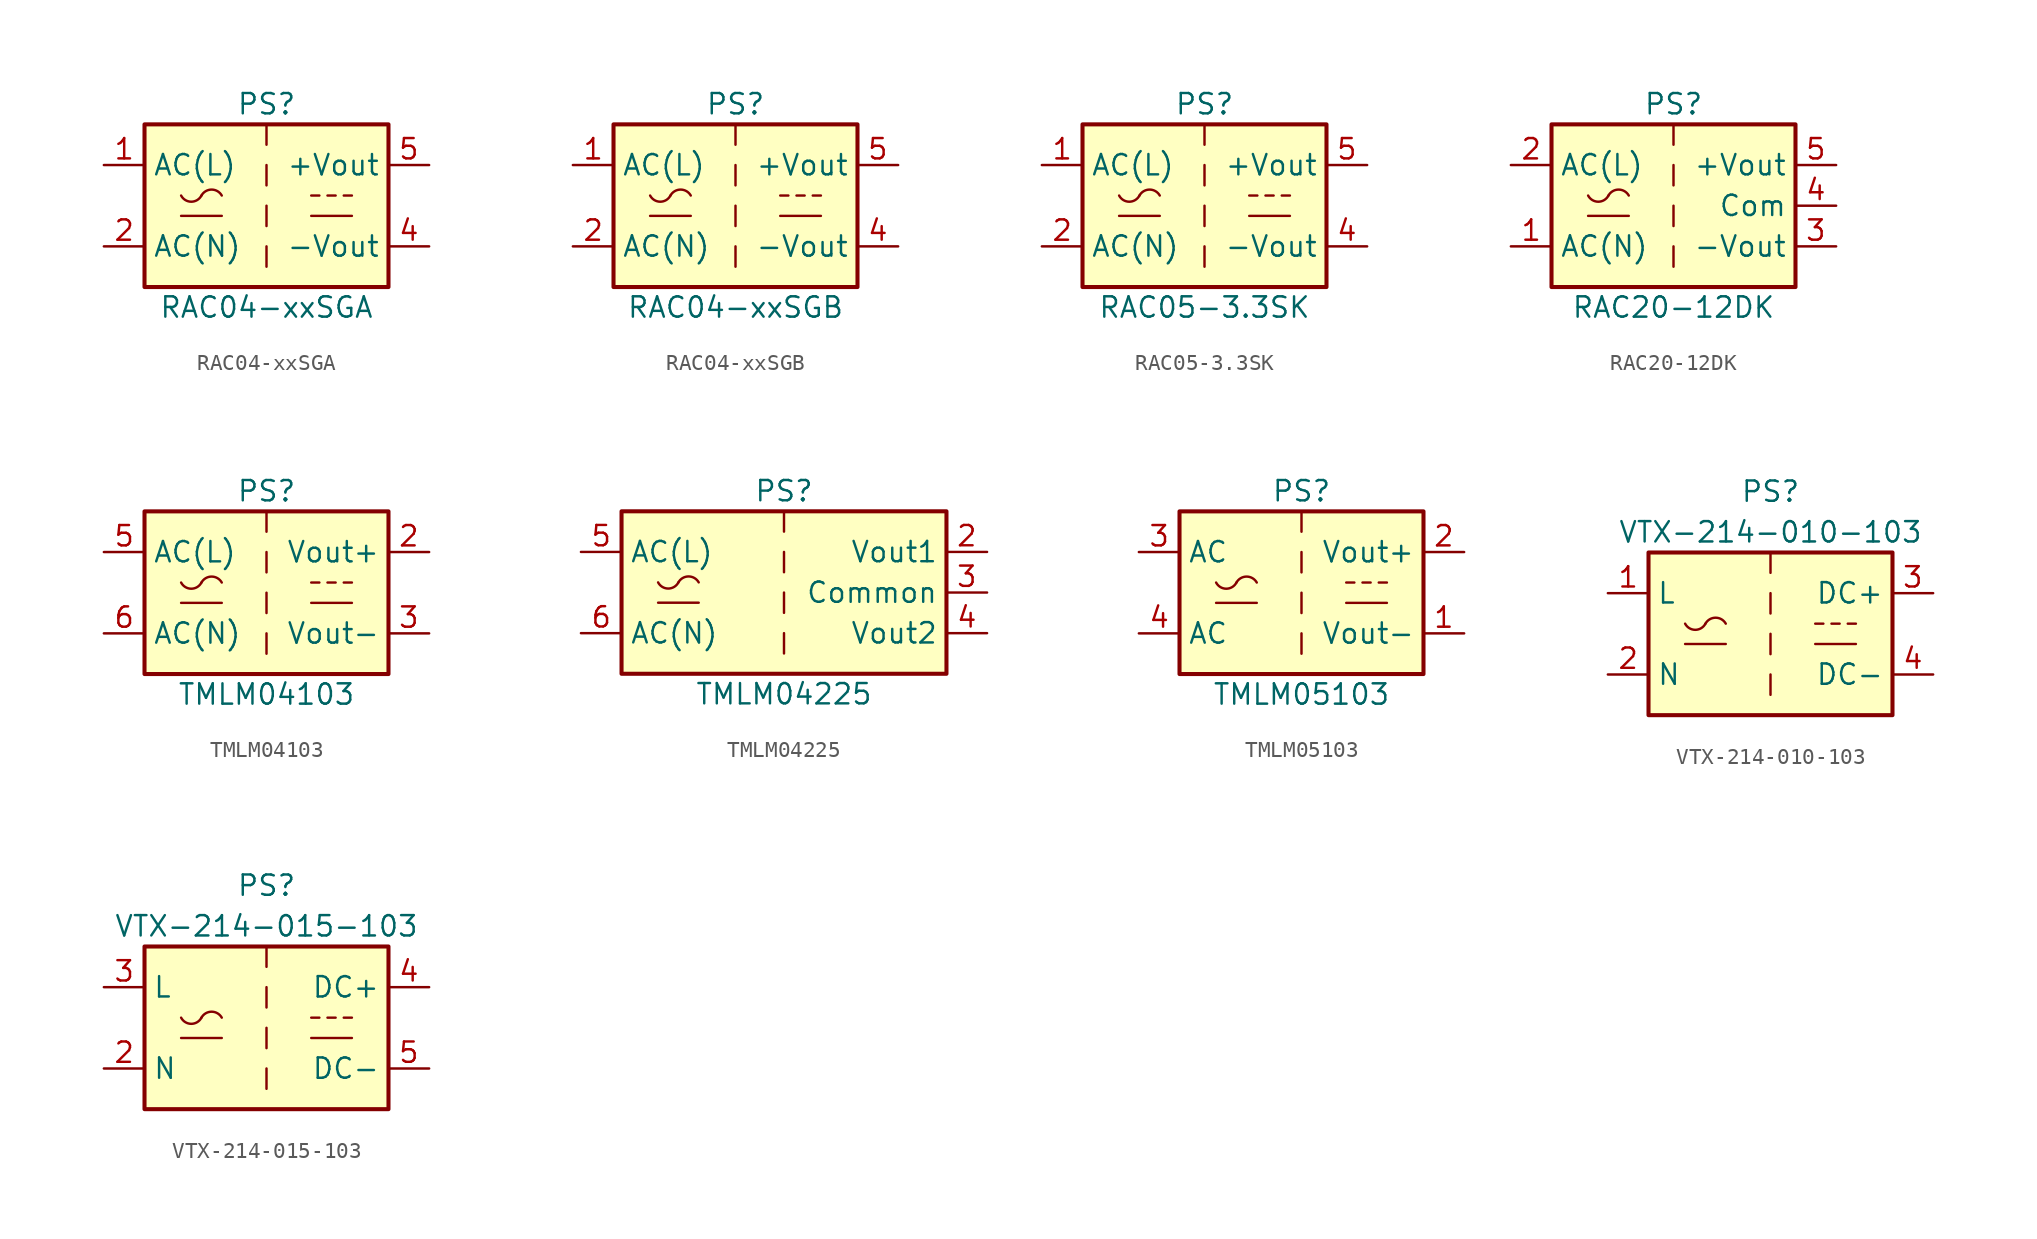
<source format=kicad_sym>
(kicad_symbol_lib
  (version 20201005)
  (generator kicad_symbol_editor)
  (symbol "Converter_ACDC:RAC04-xxSGA"
    (property "Reference" "PS"
      (at 0 6.35 0)
      (effects (font (size 1.27 1.27))))
    (property "Value" "RAC04-xxSGA"
      (at 0 -6.35 0)
      (effects (font (size 1.27 1.27))))
    (symbol "RAC04-xxSGA_1_1"
      (arc (start -5.334 0.635) (end -4.064 0.635) (radius (at -4.699 0.9652) (length 0.7112) (angles -152.5 -27.5)) (stroke (width 0)) (fill (type none)))
      (arc (start -2.794 0.635) (end -4.064 0.635) (radius (at -3.429 0.2794) (length 0.7366) (angles 29.2 150.8)) (stroke (width 0)) (fill (type none)))
      (rectangle (start -7.62 5.08) (end 7.62 -5.08) (stroke (width 0.254)) (fill (type background)))
      (polyline (pts (xy -5.334 -0.635) (xy -2.794 -0.635)) (stroke (width 0)) (fill (type none)))
      (polyline (pts (xy 0 -2.54) (xy 0 -3.81)) (stroke (width 0)) (fill (type none)))
      (polyline (pts (xy 0 0) (xy 0 -1.27)) (stroke (width 0)) (fill (type none)))
      (polyline (pts (xy 0 2.54) (xy 0 1.27)) (stroke (width 0)) (fill (type none)))
      (polyline (pts (xy 0 5.08) (xy 0 3.81)) (stroke (width 0)) (fill (type none)))
      (polyline (pts (xy 2.794 -0.635) (xy 5.334 -0.635)) (stroke (width 0)) (fill (type none)))
      (polyline (pts (xy 2.794 0.635) (xy 3.302 0.635)) (stroke (width 0)) (fill (type none)))
      (polyline (pts (xy 3.81 0.635) (xy 4.318 0.635)) (stroke (width 0)) (fill (type none)))
      (polyline (pts (xy 4.826 0.635) (xy 5.334 0.635)) (stroke (width 0)) (fill (type none)))
      (pin power_in line (at -10.16 2.54 0) (length 2.54) (name "AC(L)" (effects (font (size 1.27 1.27)))) (number "1" (effects (font (size 1.27 1.27)))))
      (pin power_in line (at -10.16 -2.54 0) (length 2.54) (name "AC(N)" (effects (font (size 1.27 1.27)))) (number "2" (effects (font (size 1.27 1.27)))))
      (pin no_connect line (at 7.62 0 180) (length 2.54) hide (name "NC" (effects (font (size 1.27 1.27)))) (number "3" (effects (font (size 1.27 1.27)))))
      (pin power_out line (at 10.16 -2.54 180) (length 2.54) (name "-Vout" (effects (font (size 1.27 1.27)))) (number "4" (effects (font (size 1.27 1.27)))))
      (pin power_out line (at 10.16 2.54 180) (length 2.54) (name "+Vout" (effects (font (size 1.27 1.27)))) (number "5" (effects (font (size 1.27 1.27)))))))
  (symbol "Converter_ACDC:RAC04-xxSGB"
    (property "Reference" "PS"
      (at 0 6.35 0)
      (effects (font (size 1.27 1.27))))
    (property "Value" "RAC04-xxSGB"
      (at 0 -6.35 0)
      (effects (font (size 1.27 1.27))))
    (symbol "RAC04-xxSGB_1_1"
      (arc (start -5.334 0.635) (end -4.064 0.635) (radius (at -4.699 0.9652) (length 0.7112) (angles -152.5 -27.5)) (stroke (width 0)) (fill (type none)))
      (arc (start -2.794 0.635) (end -4.064 0.635) (radius (at -3.429 0.2794) (length 0.7366) (angles 29.2 150.8)) (stroke (width 0)) (fill (type none)))
      (rectangle (start -7.62 5.08) (end 7.62 -5.08) (stroke (width 0.254)) (fill (type background)))
      (polyline (pts (xy -5.334 -0.635) (xy -2.794 -0.635)) (stroke (width 0)) (fill (type none)))
      (polyline (pts (xy 0 -2.54) (xy 0 -3.81)) (stroke (width 0)) (fill (type none)))
      (polyline (pts (xy 0 0) (xy 0 -1.27)) (stroke (width 0)) (fill (type none)))
      (polyline (pts (xy 0 2.54) (xy 0 1.27)) (stroke (width 0)) (fill (type none)))
      (polyline (pts (xy 0 5.08) (xy 0 3.81)) (stroke (width 0)) (fill (type none)))
      (polyline (pts (xy 2.794 -0.635) (xy 5.334 -0.635)) (stroke (width 0)) (fill (type none)))
      (polyline (pts (xy 2.794 0.635) (xy 3.302 0.635)) (stroke (width 0)) (fill (type none)))
      (polyline (pts (xy 3.81 0.635) (xy 4.318 0.635)) (stroke (width 0)) (fill (type none)))
      (polyline (pts (xy 4.826 0.635) (xy 5.334 0.635)) (stroke (width 0)) (fill (type none)))
      (pin power_in line (at -10.16 2.54 0) (length 2.54) (name "AC(L)" (effects (font (size 1.27 1.27)))) (number "1" (effects (font (size 1.27 1.27)))))
      (pin power_in line (at -10.16 -2.54 0) (length 2.54) (name "AC(N)" (effects (font (size 1.27 1.27)))) (number "2" (effects (font (size 1.27 1.27)))))
      (pin no_connect line (at 7.62 0 180) (length 2.54) hide (name "NC" (effects (font (size 1.27 1.27)))) (number "3" (effects (font (size 1.27 1.27)))))
      (pin power_out line (at 10.16 -2.54 180) (length 2.54) (name "-Vout" (effects (font (size 1.27 1.27)))) (number "4" (effects (font (size 1.27 1.27)))))
      (pin power_out line (at 10.16 2.54 180) (length 2.54) (name "+Vout" (effects (font (size 1.27 1.27)))) (number "5" (effects (font (size 1.27 1.27)))))))
  (symbol "Converter_ACDC:RAC05-3.3SK"
    (property "Reference" "PS"
      (at 0 6.35 0)
      (effects (font (size 1.27 1.27))))
    (property "Value" "RAC05-3.3SK"
      (at 0 -6.35 0)
      (effects (font (size 1.27 1.27))))
    (symbol "RAC05-3.3SK_1_1"
      (arc (start -5.334 0.635) (end -4.064 0.635) (radius (at -4.699 0.9652) (length 0.7112) (angles -152.5 -27.5)) (stroke (width 0)) (fill (type none)))
      (arc (start -2.794 0.635) (end -4.064 0.635) (radius (at -3.429 0.2794) (length 0.7366) (angles 29.2 150.8)) (stroke (width 0)) (fill (type none)))
      (rectangle (start -7.62 5.08) (end 7.62 -5.08) (stroke (width 0.254)) (fill (type background)))
      (polyline (pts (xy -5.334 -0.635) (xy -2.794 -0.635)) (stroke (width 0)) (fill (type none)))
      (polyline (pts (xy 0 -2.54) (xy 0 -3.81)) (stroke (width 0)) (fill (type none)))
      (polyline (pts (xy 0 0) (xy 0 -1.27)) (stroke (width 0)) (fill (type none)))
      (polyline (pts (xy 0 2.54) (xy 0 1.27)) (stroke (width 0)) (fill (type none)))
      (polyline (pts (xy 0 5.08) (xy 0 3.81)) (stroke (width 0)) (fill (type none)))
      (polyline (pts (xy 2.794 -0.635) (xy 5.334 -0.635)) (stroke (width 0)) (fill (type none)))
      (polyline (pts (xy 2.794 0.635) (xy 3.302 0.635)) (stroke (width 0)) (fill (type none)))
      (polyline (pts (xy 3.81 0.635) (xy 4.318 0.635)) (stroke (width 0)) (fill (type none)))
      (polyline (pts (xy 4.826 0.635) (xy 5.334 0.635)) (stroke (width 0)) (fill (type none)))
      (pin power_in line (at -10.16 2.54 0) (length 2.54) (name "AC(L)" (effects (font (size 1.27 1.27)))) (number "1" (effects (font (size 1.27 1.27)))))
      (pin power_in line (at -10.16 -2.54 0) (length 2.54) (name "AC(N)" (effects (font (size 1.27 1.27)))) (number "2" (effects (font (size 1.27 1.27)))))
      (pin no_connect line (at 7.62 0 180) (length 2.54) hide (name "NC" (effects (font (size 1.27 1.27)))) (number "3" (effects (font (size 1.27 1.27)))))
      (pin power_out line (at 10.16 -2.54 180) (length 2.54) (name "-Vout" (effects (font (size 1.27 1.27)))) (number "4" (effects (font (size 1.27 1.27)))))
      (pin power_out line (at 10.16 2.54 180) (length 2.54) (name "+Vout" (effects (font (size 1.27 1.27)))) (number "5" (effects (font (size 1.27 1.27)))))))
  (symbol "Converter_ACDC:RAC20-12DK"
    (property "Reference" "PS"
      (at 0 6.35 0)
      (effects (font (size 1.27 1.27))))
    (property "Value" "RAC20-12DK"
      (at 0 -6.35 0)
      (effects (font (size 1.27 1.27))))
    (symbol "RAC20-12DK_0_1"
      (arc (start -5.334 0.635) (end -4.064 0.635) (radius (at -4.699 0.9652) (length 0.7112) (angles -152.5 -27.5)) (stroke (width 0)) (fill (type none)))
      (arc (start -2.794 0.635) (end -4.064 0.635) (radius (at -3.429 0.2794) (length 0.7366) (angles 29.2 150.8)) (stroke (width 0)) (fill (type none)))
      (rectangle (start -7.62 5.08) (end 7.62 -5.08) (stroke (width 0.254)) (fill (type background)))
      (polyline (pts (xy -5.334 -0.635) (xy -2.794 -0.635)) (stroke (width 0)) (fill (type none)))
      (polyline (pts (xy 0 -2.54) (xy 0 -3.81)) (stroke (width 0)) (fill (type none)))
      (polyline (pts (xy 0 0) (xy 0 -1.27)) (stroke (width 0)) (fill (type none)))
      (polyline (pts (xy 0 2.54) (xy 0 1.27)) (stroke (width 0)) (fill (type none)))
      (polyline (pts (xy 0 5.08) (xy 0 3.81)) (stroke (width 0)) (fill (type none))))
    (symbol "RAC20-12DK_1_1"
      (pin power_in line (at -10.16 -2.54 0) (length 2.54) (name "AC(N)" (effects (font (size 1.27 1.27)))) (number "1" (effects (font (size 1.27 1.27)))))
      (pin power_in line (at -10.16 2.54 0) (length 2.54) (name "AC(L)" (effects (font (size 1.27 1.27)))) (number "2" (effects (font (size 1.27 1.27)))))
      (pin power_out line (at 10.16 -2.54 180) (length 2.54) (name "-Vout" (effects (font (size 1.27 1.27)))) (number "3" (effects (font (size 1.27 1.27)))))
      (pin power_out line (at 10.16 0 180) (length 2.54) (name "Com" (effects (font (size 1.27 1.27)))) (number "4" (effects (font (size 1.27 1.27)))))
      (pin power_out line (at 10.16 2.54 180) (length 2.54) (name "+Vout" (effects (font (size 1.27 1.27)))) (number "5" (effects (font (size 1.27 1.27)))))))
  (symbol "Converter_ACDC:TMLM04103"
    (property "Reference" "PS"
      (at 0 6.35 0)
      (effects (font (size 1.27 1.27))))
    (property "Value" "TMLM04103"
      (at 0 -6.35 0)
      (effects (font (size 1.27 1.27))))
    (symbol "TMLM04103_0_1"
      (arc (start -5.334 0.635) (end -4.064 0.635) (radius (at -4.699 0.9652) (length 0.7112) (angles -152.5 -27.5)) (stroke (width 0)) (fill (type none)))
      (arc (start -2.794 0.635) (end -4.064 0.635) (radius (at -3.429 0.2794) (length 0.7366) (angles 29.2 150.8)) (stroke (width 0)) (fill (type none)))
      (rectangle (start -7.62 5.08) (end 7.62 -5.08) (stroke (width 0.254)) (fill (type background)))
      (polyline (pts (xy -5.334 -0.635) (xy -2.794 -0.635)) (stroke (width 0)) (fill (type none)))
      (polyline (pts (xy 0 -2.54) (xy 0 -3.81)) (stroke (width 0)) (fill (type none)))
      (polyline (pts (xy 0 0) (xy 0 -1.27)) (stroke (width 0)) (fill (type none)))
      (polyline (pts (xy 0 2.54) (xy 0 1.27)) (stroke (width 0)) (fill (type none)))
      (polyline (pts (xy 0 5.08) (xy 0 3.81)) (stroke (width 0)) (fill (type none)))
      (polyline (pts (xy 2.794 -0.635) (xy 5.334 -0.635)) (stroke (width 0)) (fill (type none)))
      (polyline (pts (xy 2.794 0.635) (xy 3.302 0.635)) (stroke (width 0)) (fill (type none)))
      (polyline (pts (xy 3.81 0.635) (xy 4.318 0.635)) (stroke (width 0)) (fill (type none)))
      (polyline (pts (xy 4.826 0.635) (xy 5.334 0.635)) (stroke (width 0)) (fill (type none))))
    (symbol "TMLM04103_1_1"
      (pin power_out line (at 10.16 2.54 180) (length 2.54) (name "Vout+" (effects (font (size 1.27 1.27)))) (number "2" (effects (font (size 1.27 1.27)))))
      (pin power_out line (at 10.16 -2.54 180) (length 2.54) (name "Vout-" (effects (font (size 1.27 1.27)))) (number "3" (effects (font (size 1.27 1.27)))))
      (pin power_in line (at -10.16 2.54 0) (length 2.54) (name "AC(L)" (effects (font (size 1.27 1.27)))) (number "5" (effects (font (size 1.27 1.27)))))
      (pin power_in line (at -10.16 -2.54 0) (length 2.54) (name "AC(N)" (effects (font (size 1.27 1.27)))) (number "6" (effects (font (size 1.27 1.27)))))))
  (symbol "Converter_ACDC:TMLM04225"
    (property "Reference" "PS"
      (at 0 6.35 0)
      (effects (font (size 1.27 1.27))))
    (property "Value" "TMLM04225"
      (at 0 -6.35 0)
      (effects (font (size 1.27 1.27))))
    (symbol "TMLM04225_0_1"
      (arc (start -7.874 0.635) (end -6.604 0.635) (radius (at -7.239 0.9652) (length 0.7112) (angles -152.5 -27.5)) (stroke (width 0)) (fill (type none)))
      (arc (start -5.334 0.635) (end -6.604 0.635) (radius (at -5.969 0.2794) (length 0.7366) (angles 29.2 150.8)) (stroke (width 0)) (fill (type none)))
      (rectangle (start -10.16 5.08) (end 10.16 -5.08) (stroke (width 0.254)) (fill (type background)))
      (polyline (pts (xy -7.874 -0.635) (xy -5.334 -0.635)) (stroke (width 0)) (fill (type none)))
      (polyline (pts (xy 0 -2.54) (xy 0 -3.81)) (stroke (width 0)) (fill (type none)))
      (polyline (pts (xy 0 0) (xy 0 -1.27)) (stroke (width 0)) (fill (type none)))
      (polyline (pts (xy 0 2.54) (xy 0 1.27)) (stroke (width 0)) (fill (type none)))
      (polyline (pts (xy 0 5.08) (xy 0 3.81)) (stroke (width 0)) (fill (type none))))
    (symbol "TMLM04225_1_1"
      (pin power_out line (at 12.7 2.54 180) (length 2.54) (name "Vout1" (effects (font (size 1.27 1.27)))) (number "2" (effects (font (size 1.27 1.27)))))
      (pin power_out line (at 12.7 0 180) (length 2.54) (name "Common" (effects (font (size 1.27 1.27)))) (number "3" (effects (font (size 1.27 1.27)))))
      (pin power_out line (at 12.7 -2.54 180) (length 2.54) (name "Vout2" (effects (font (size 1.27 1.27)))) (number "4" (effects (font (size 1.27 1.27)))))
      (pin power_in line (at -12.7 2.54 0) (length 2.54) (name "AC(L)" (effects (font (size 1.27 1.27)))) (number "5" (effects (font (size 1.27 1.27)))))
      (pin power_in line (at -12.7 -2.54 0) (length 2.54) (name "AC(N)" (effects (font (size 1.27 1.27)))) (number "6" (effects (font (size 1.27 1.27)))))))
  (symbol "Converter_ACDC:TMLM05103"
    (property "Reference" "PS"
      (at 0 6.35 0)
      (effects (font (size 1.27 1.27))))
    (property "Value" "TMLM05103"
      (at 0 -6.35 0)
      (effects (font (size 1.27 1.27))))
    (symbol "TMLM05103_0_1"
      (arc (start -5.334 0.635) (end -4.064 0.635) (radius (at -4.699 0.9652) (length 0.7112) (angles -152.5 -27.5)) (stroke (width 0)) (fill (type none)))
      (arc (start -2.794 0.635) (end -4.064 0.635) (radius (at -3.429 0.2794) (length 0.7366) (angles 29.2 150.8)) (stroke (width 0)) (fill (type none)))
      (rectangle (start -7.62 5.08) (end 7.62 -5.08) (stroke (width 0.254)) (fill (type background)))
      (polyline (pts (xy -5.334 -0.635) (xy -2.794 -0.635)) (stroke (width 0)) (fill (type none)))
      (polyline (pts (xy 0 -2.54) (xy 0 -3.81)) (stroke (width 0)) (fill (type none)))
      (polyline (pts (xy 0 0) (xy 0 -1.27)) (stroke (width 0)) (fill (type none)))
      (polyline (pts (xy 0 2.54) (xy 0 1.27)) (stroke (width 0)) (fill (type none)))
      (polyline (pts (xy 0 5.08) (xy 0 3.81)) (stroke (width 0)) (fill (type none)))
      (polyline (pts (xy 2.794 -0.635) (xy 5.334 -0.635)) (stroke (width 0)) (fill (type none)))
      (polyline (pts (xy 2.794 0.635) (xy 3.302 0.635)) (stroke (width 0)) (fill (type none)))
      (polyline (pts (xy 3.81 0.635) (xy 4.318 0.635)) (stroke (width 0)) (fill (type none)))
      (polyline (pts (xy 4.826 0.635) (xy 5.334 0.635)) (stroke (width 0)) (fill (type none))))
    (symbol "TMLM05103_1_1"
      (pin power_out line (at 10.16 -2.54 180) (length 2.54) (name "Vout-" (effects (font (size 1.27 1.27)))) (number "1" (effects (font (size 1.27 1.27)))))
      (pin power_out line (at 10.16 2.54 180) (length 2.54) (name "Vout+" (effects (font (size 1.27 1.27)))) (number "2" (effects (font (size 1.27 1.27)))))
      (pin power_in line (at -10.16 2.54 0) (length 2.54) (name "AC" (effects (font (size 1.27 1.27)))) (number "3" (effects (font (size 1.27 1.27)))))
      (pin power_in line (at -10.16 -2.54 0) (length 2.54) (name "AC" (effects (font (size 1.27 1.27)))) (number "4" (effects (font (size 1.27 1.27)))))))
  (symbol "Converter_ACDC:VTX-214-010-103"
    (property "Reference" "PS"
      (at 0 8.89 0)
      (effects (font (size 1.27 1.27))))
    (property "Value" "VTX-214-010-103"
      (at 0 6.35 0)
      (effects (font (size 1.27 1.27))))
    (symbol "VTX-214-010-103_0_1"
      (arc (start -5.334 0.635) (end -4.064 0.635) (radius (at -4.699 0.9652) (length 0.7112) (angles -152.5 -27.5)) (stroke (width 0)) (fill (type none)))
      (arc (start -2.794 0.635) (end -4.064 0.635) (radius (at -3.429 0.2794) (length 0.7366) (angles 29.2 150.8)) (stroke (width 0)) (fill (type none)))
      (rectangle (start -7.62 5.08) (end 7.62 -5.08) (stroke (width 0.254)) (fill (type background)))
      (polyline (pts (xy -5.334 -0.635) (xy -2.794 -0.635)) (stroke (width 0)) (fill (type none)))
      (polyline (pts (xy 2.794 -0.635) (xy 5.334 -0.635)) (stroke (width 0)) (fill (type none)))
      (polyline (pts (xy 2.794 0.635) (xy 3.302 0.635)) (stroke (width 0)) (fill (type none)))
      (polyline (pts (xy 3.81 0.635) (xy 4.318 0.635)) (stroke (width 0)) (fill (type none)))
      (polyline (pts (xy 4.826 0.635) (xy 5.334 0.635)) (stroke (width 0)) (fill (type none))))
    (symbol "VTX-214-010-103_1_1"
      (polyline (pts (xy 0 -2.54) (xy 0 -3.81)) (stroke (width 0)) (fill (type none)))
      (polyline (pts (xy 0 0) (xy 0 -1.27)) (stroke (width 0)) (fill (type none)))
      (polyline (pts (xy 0 2.54) (xy 0 1.27)) (stroke (width 0)) (fill (type none)))
      (polyline (pts (xy 0 5.08) (xy 0 3.81)) (stroke (width 0)) (fill (type none)))
      (pin power_in line (at -10.16 2.54 0) (length 2.54) (name "L" (effects (font (size 1.27 1.27)))) (number "1" (effects (font (size 1.27 1.27)))))
      (pin power_in line (at -10.16 -2.54 0) (length 2.54) (name "N" (effects (font (size 1.27 1.27)))) (number "2" (effects (font (size 1.27 1.27)))))
      (pin power_out line (at 10.16 2.54 180) (length 2.54) (name "DC+" (effects (font (size 1.27 1.27)))) (number "3" (effects (font (size 1.27 1.27)))))
      (pin power_out line (at 10.16 -2.54 180) (length 2.54) (name "DC-" (effects (font (size 1.27 1.27)))) (number "4" (effects (font (size 1.27 1.27)))))))
  (symbol "Converter_ACDC:VTX-214-015-103"
    (property "Reference" "PS"
      (at 0 8.89 0)
      (effects (font (size 1.27 1.27))))
    (property "Value" "VTX-214-015-103"
      (at 0 6.35 0)
      (effects (font (size 1.27 1.27))))
    (symbol "VTX-214-015-103_0_1"
      (arc (start -5.334 0.635) (end -4.064 0.635) (radius (at -4.699 0.9652) (length 0.7112) (angles -152.5 -27.5)) (stroke (width 0)) (fill (type none)))
      (arc (start -2.794 0.635) (end -4.064 0.635) (radius (at -3.429 0.2794) (length 0.7366) (angles 29.2 150.8)) (stroke (width 0)) (fill (type none)))
      (rectangle (start -7.62 5.08) (end 7.62 -5.08) (stroke (width 0.254)) (fill (type background)))
      (polyline (pts (xy -5.334 -0.635) (xy -2.794 -0.635)) (stroke (width 0)) (fill (type none)))
      (polyline (pts (xy 2.794 -0.635) (xy 5.334 -0.635)) (stroke (width 0)) (fill (type none)))
      (polyline (pts (xy 2.794 0.635) (xy 3.302 0.635)) (stroke (width 0)) (fill (type none)))
      (polyline (pts (xy 3.81 0.635) (xy 4.318 0.635)) (stroke (width 0)) (fill (type none)))
      (polyline (pts (xy 4.826 0.635) (xy 5.334 0.635)) (stroke (width 0)) (fill (type none))))
    (symbol "VTX-214-015-103_1_1"
      (polyline (pts (xy 0 -2.54) (xy 0 -3.81)) (stroke (width 0)) (fill (type none)))
      (polyline (pts (xy 0 0) (xy 0 -1.27)) (stroke (width 0)) (fill (type none)))
      (polyline (pts (xy 0 2.54) (xy 0 1.27)) (stroke (width 0)) (fill (type none)))
      (polyline (pts (xy 0 5.08) (xy 0 3.81)) (stroke (width 0)) (fill (type none)))
      (pin no_connect line (at 0 -5.08 90) (length 2.54) hide (name "FG" (effects (font (size 1.27 1.27)))) (number "1" (effects (font (size 1.27 1.27)))))
      (pin power_in line (at -10.16 -2.54 0) (length 2.54) (name "N" (effects (font (size 1.27 1.27)))) (number "2" (effects (font (size 1.27 1.27)))))
      (pin power_in line (at -10.16 2.54 0) (length 2.54) (name "L" (effects (font (size 1.27 1.27)))) (number "3" (effects (font (size 1.27 1.27)))))
      (pin power_out line (at 10.16 2.54 180) (length 2.54) (name "DC+" (effects (font (size 1.27 1.27)))) (number "4" (effects (font (size 1.27 1.27)))))
      (pin power_out line (at 10.16 -2.54 180) (length 2.54) (name "DC-" (effects (font (size 1.27 1.27)))) (number "5" (effects (font (size 1.27 1.27))))))))
</source>
